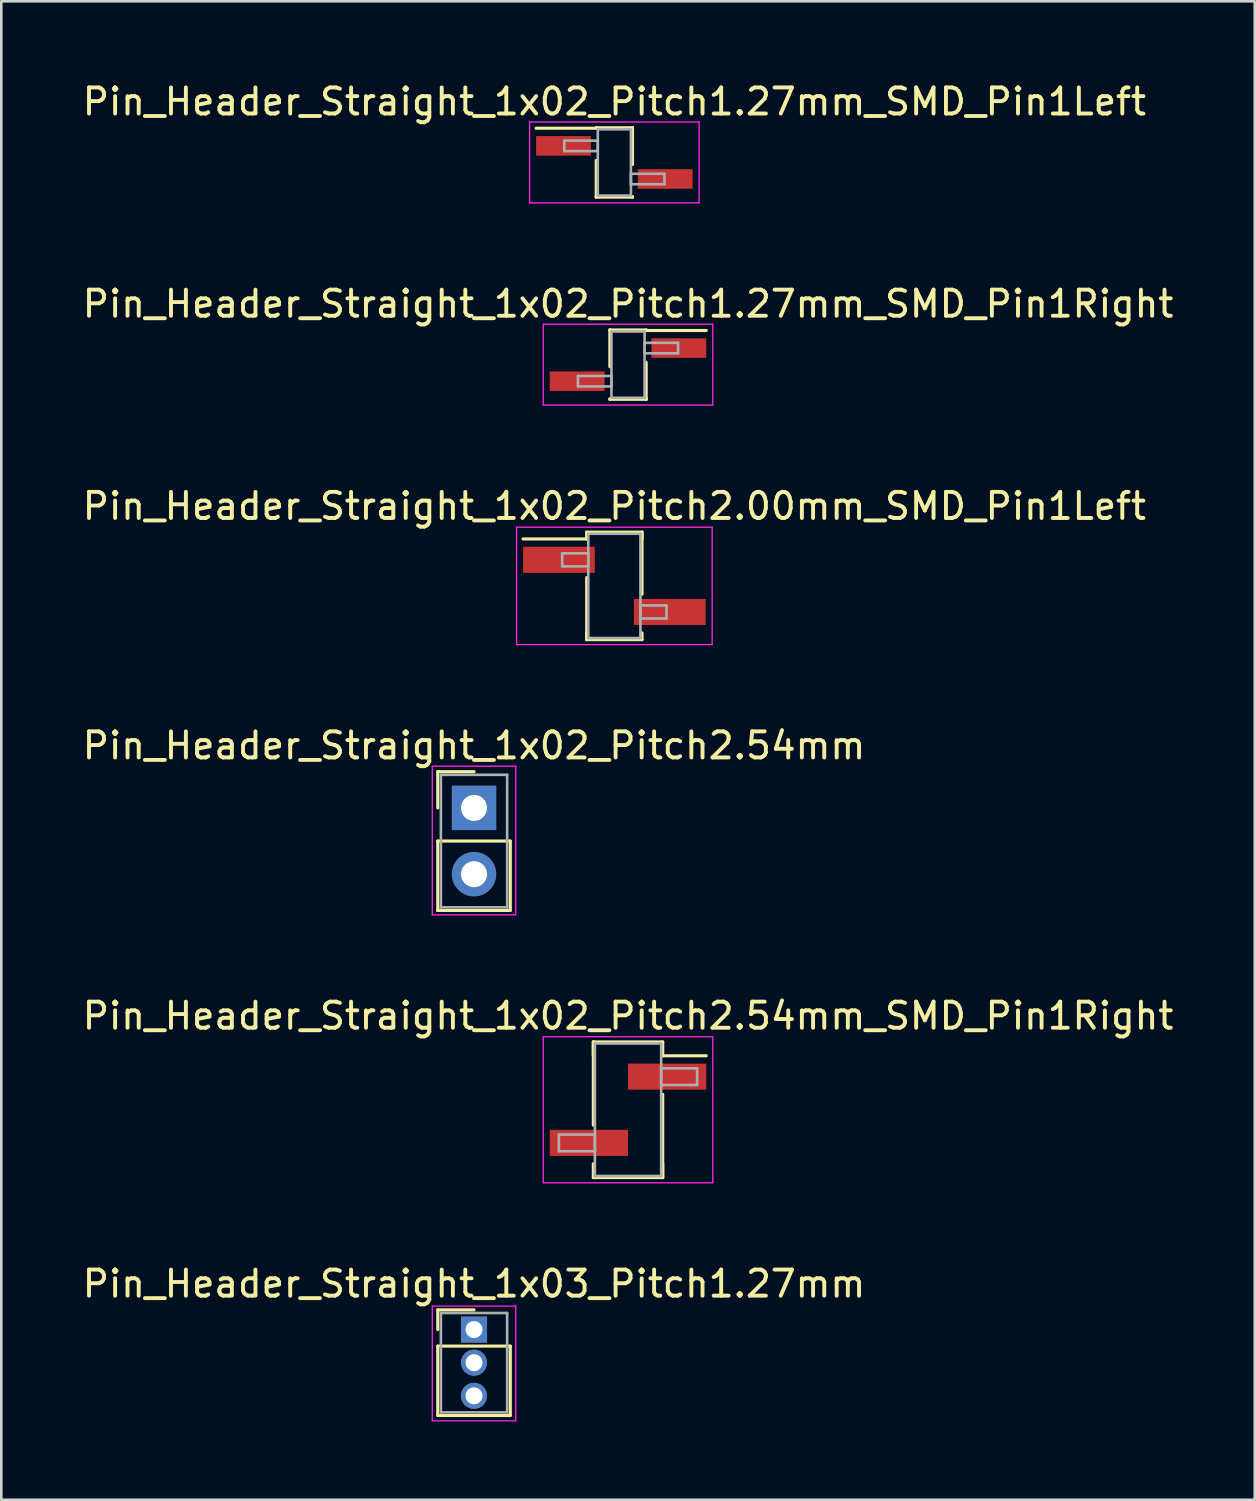
<source format=kicad_pcb>
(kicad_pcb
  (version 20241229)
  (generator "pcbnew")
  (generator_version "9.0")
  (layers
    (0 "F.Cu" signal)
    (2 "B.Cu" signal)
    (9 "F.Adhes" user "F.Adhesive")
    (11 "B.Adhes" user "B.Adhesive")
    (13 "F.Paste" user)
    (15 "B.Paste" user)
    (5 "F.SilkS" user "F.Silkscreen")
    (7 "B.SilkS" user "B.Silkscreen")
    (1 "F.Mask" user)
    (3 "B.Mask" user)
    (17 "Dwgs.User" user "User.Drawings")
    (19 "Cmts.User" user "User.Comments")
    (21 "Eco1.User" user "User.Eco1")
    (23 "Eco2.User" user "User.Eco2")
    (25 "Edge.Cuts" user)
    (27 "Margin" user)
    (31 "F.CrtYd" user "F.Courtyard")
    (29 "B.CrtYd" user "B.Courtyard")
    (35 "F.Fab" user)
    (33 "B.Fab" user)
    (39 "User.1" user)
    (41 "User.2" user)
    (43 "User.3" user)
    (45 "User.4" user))
  (footprint "Pin_Header_Straight_1x02_Pitch1.27mm_SMD_Pin1Left"
    (layer "F.Cu")
    (at 20.506 3.178)
    (property "Reference" "Pin_Header_Straight_1x02_Pitch1.27mm_SMD_Pin1Left" (at 0 -2.33 0) (layer "F.SilkS") (effects (font (size 1 1) (thickness 0.15))))
    (attr smd)
    (fp_line (start -0.695 -1.33) (end 0.695 -1.33) (stroke (width 0.12) (type solid)) (layer "F.SilkS"))
    (fp_line (start -0.695 -1.31) (end -3 -1.31) (stroke (width 0.12) (type solid)) (layer "F.SilkS"))
    (fp_line (start -0.695 -1.31) (end -0.695 -1.33) (stroke (width 0.12) (type solid)) (layer "F.SilkS"))
    (fp_line (start -0.695 -0.08) (end -0.695 1.33) (stroke (width 0.12) (type solid)) (layer "F.SilkS"))
    (fp_line (start -0.695 1.31) (end -0.695 1.33) (stroke (width 0.12) (type solid)) (layer "F.SilkS"))
    (fp_line (start -0.695 1.33) (end 0.695 1.33) (stroke (width 0.12) (type solid)) (layer "F.SilkS"))
    (fp_line (start 0.695 -1.33) (end 0.695 -1.31) (stroke (width 0.12) (type solid)) (layer "F.SilkS"))
    (fp_line (start 0.695 -1.33) (end 0.695 0.08) (stroke (width 0.12) (type solid)) (layer "F.SilkS"))
    (fp_line (start 0.695 1.33) (end 0.695 1.31) (stroke (width 0.12) (type solid)) (layer "F.SilkS"))
    (fp_line (start -3.25 -1.55) (end -3.25 1.55) (stroke (width 0.05) (type solid)) (layer "F.CrtYd"))
    (fp_line (start -3.25 1.55) (end 3.25 1.55) (stroke (width 0.05) (type solid)) (layer "F.CrtYd"))
    (fp_line (start 3.25 -1.55) (end -3.25 -1.55) (stroke (width 0.05) (type solid)) (layer "F.CrtYd"))
    (fp_line (start 3.25 1.55) (end 3.25 -1.55) (stroke (width 0.05) (type solid)) (layer "F.CrtYd"))
    (fp_line (start -1.92 -0.835) (end -0.635 -0.835) (stroke (width 0.1) (type solid)) (layer "F.Fab"))
    (fp_line (start -1.92 -0.435) (end -1.92 -0.835) (stroke (width 0.1) (type solid)) (layer "F.Fab"))
    (fp_line (start -0.635 -1.27) (end -0.635 1.27) (stroke (width 0.1) (type solid)) (layer "F.Fab"))
    (fp_line (start -0.635 -0.835) (end -0.635 -0.435) (stroke (width 0.1) (type solid)) (layer "F.Fab"))
    (fp_line (start -0.635 -0.435) (end -1.92 -0.435) (stroke (width 0.1) (type solid)) (layer "F.Fab"))
    (fp_line (start -0.635 1.27) (end 0.635 1.27) (stroke (width 0.1) (type solid)) (layer "F.Fab"))
    (fp_line (start 0.635 -1.27) (end -0.635 -1.27) (stroke (width 0.1) (type solid)) (layer "F.Fab"))
    (fp_line (start 0.635 0.435) (end 0.635 0.835) (stroke (width 0.1) (type solid)) (layer "F.Fab"))
    (fp_line (start 0.635 0.835) (end 1.92 0.835) (stroke (width 0.1) (type solid)) (layer "F.Fab"))
    (fp_line (start 0.635 1.27) (end 0.635 -1.27) (stroke (width 0.1) (type solid)) (layer "F.Fab"))
    (fp_line (start 1.92 0.435) (end 0.635 0.435) (stroke (width 0.1) (type solid)) (layer "F.Fab"))
    (fp_line (start 1.92 0.835) (end 1.92 0.435) (stroke (width 0.1) (type solid)) (layer "F.Fab"))
    (pad "1" smd rect (at -1.95 -0.635) (size 2.1 0.75) (layers "F.Cu" "F.Mask"))
    (pad "2" smd rect (at 1.95 0.635) (size 2.1 0.75) (layers "F.Cu" "F.Mask")))
  (footprint "Pin_Header_Straight_1x02_Pitch1.27mm_SMD_Pin1Right"
    (layer "F.Cu")
    (at 21.03 10.931)
    (property "Reference" "Pin_Header_Straight_1x02_Pitch1.27mm_SMD_Pin1Right" (at 0 -2.33 0) (layer "F.SilkS") (effects (font (size 1 1) (thickness 0.15))))
    (attr smd)
    (fp_line (start -0.695 -1.33) (end -0.695 0.08) (stroke (width 0.12) (type solid)) (layer "F.SilkS"))
    (fp_line (start -0.695 -1.33) (end 0.695 -1.33) (stroke (width 0.12) (type solid)) (layer "F.SilkS"))
    (fp_line (start -0.695 -1.31) (end -0.695 -1.33) (stroke (width 0.12) (type solid)) (layer "F.SilkS"))
    (fp_line (start -0.695 1.31) (end -0.695 1.33) (stroke (width 0.12) (type solid)) (layer "F.SilkS"))
    (fp_line (start -0.695 1.33) (end 0.695 1.33) (stroke (width 0.12) (type solid)) (layer "F.SilkS"))
    (fp_line (start 0.695 -1.33) (end 0.695 -1.31) (stroke (width 0.12) (type solid)) (layer "F.SilkS"))
    (fp_line (start 0.695 -1.31) (end 3 -1.31) (stroke (width 0.12) (type solid)) (layer "F.SilkS"))
    (fp_line (start 0.695 -0.08) (end 0.695 1.33) (stroke (width 0.12) (type solid)) (layer "F.SilkS"))
    (fp_line (start 0.695 1.33) (end 0.695 1.31) (stroke (width 0.12) (type solid)) (layer "F.SilkS"))
    (fp_line (start -3.25 -1.55) (end -3.25 1.55) (stroke (width 0.05) (type solid)) (layer "F.CrtYd"))
    (fp_line (start -3.25 1.55) (end 3.25 1.55) (stroke (width 0.05) (type solid)) (layer "F.CrtYd"))
    (fp_line (start 3.25 -1.55) (end -3.25 -1.55) (stroke (width 0.05) (type solid)) (layer "F.CrtYd"))
    (fp_line (start 3.25 1.55) (end 3.25 -1.55) (stroke (width 0.05) (type solid)) (layer "F.CrtYd"))
    (fp_line (start -1.92 0.435) (end -0.635 0.435) (stroke (width 0.1) (type solid)) (layer "F.Fab"))
    (fp_line (start -1.92 0.835) (end -1.92 0.435) (stroke (width 0.1) (type solid)) (layer "F.Fab"))
    (fp_line (start -0.635 -1.27) (end -0.635 1.27) (stroke (width 0.1) (type solid)) (layer "F.Fab"))
    (fp_line (start -0.635 0.435) (end -0.635 0.835) (stroke (width 0.1) (type solid)) (layer "F.Fab"))
    (fp_line (start -0.635 0.835) (end -1.92 0.835) (stroke (width 0.1) (type solid)) (layer "F.Fab"))
    (fp_line (start -0.635 1.27) (end 0.635 1.27) (stroke (width 0.1) (type solid)) (layer "F.Fab"))
    (fp_line (start 0.635 -1.27) (end -0.635 -1.27) (stroke (width 0.1) (type solid)) (layer "F.Fab"))
    (fp_line (start 0.635 -0.835) (end 0.635 -0.435) (stroke (width 0.1) (type solid)) (layer "F.Fab"))
    (fp_line (start 0.635 -0.435) (end 1.92 -0.435) (stroke (width 0.1) (type solid)) (layer "F.Fab"))
    (fp_line (start 0.635 1.27) (end 0.635 -1.27) (stroke (width 0.1) (type solid)) (layer "F.Fab"))
    (fp_line (start 1.92 -0.835) (end 0.635 -0.835) (stroke (width 0.1) (type solid)) (layer "F.Fab"))
    (fp_line (start 1.92 -0.435) (end 1.92 -0.835) (stroke (width 0.1) (type solid)) (layer "F.Fab"))
    (pad "1" smd rect (at 1.95 -0.635) (size 2.1 0.75) (layers "F.Cu" "F.Mask"))
    (pad "2" smd rect (at -1.95 0.635) (size 2.1 0.75) (layers "F.Cu" "F.Mask")))
  (footprint "Pin_Header_Straight_1x02_Pitch2.00mm_SMD_Pin1Left"
    (layer "F.Cu")
    (at 20.506 19.415)
    (property "Reference" "Pin_Header_Straight_1x02_Pitch2.00mm_SMD_Pin1Left" (at 0 -3.06 0) (layer "F.SilkS") (effects (font (size 1 1) (thickness 0.15))))
    (attr smd)
    (fp_line (start -1.06 -2.06) (end 1.06 -2.06) (stroke (width 0.12) (type solid)) (layer "F.SilkS"))
    (fp_line (start -1.06 -1.8) (end -3.5 -1.8) (stroke (width 0.12) (type solid)) (layer "F.SilkS"))
    (fp_line (start -1.06 -1.8) (end -1.06 -2.06) (stroke (width 0.12) (type solid)) (layer "F.SilkS"))
    (fp_line (start -1.06 -0.32) (end -1.06 2.06) (stroke (width 0.12) (type solid)) (layer "F.SilkS"))
    (fp_line (start -1.06 1.8) (end -1.06 2.06) (stroke (width 0.12) (type solid)) (layer "F.SilkS"))
    (fp_line (start -1.06 2.06) (end 1.06 2.06) (stroke (width 0.12) (type solid)) (layer "F.SilkS"))
    (fp_line (start 1.06 -2.06) (end 1.06 -1.8) (stroke (width 0.12) (type solid)) (layer "F.SilkS"))
    (fp_line (start 1.06 -2.06) (end 1.06 0.32) (stroke (width 0.12) (type solid)) (layer "F.SilkS"))
    (fp_line (start 1.06 2.06) (end 1.06 1.8) (stroke (width 0.12) (type solid)) (layer "F.SilkS"))
    (fp_line (start -3.75 -2.25) (end -3.75 2.25) (stroke (width 0.05) (type solid)) (layer "F.CrtYd"))
    (fp_line (start -3.75 2.25) (end 3.75 2.25) (stroke (width 0.05) (type solid)) (layer "F.CrtYd"))
    (fp_line (start 3.75 -2.25) (end -3.75 -2.25) (stroke (width 0.05) (type solid)) (layer "F.CrtYd"))
    (fp_line (start 3.75 2.25) (end 3.75 -2.25) (stroke (width 0.05) (type solid)) (layer "F.CrtYd"))
    (fp_line (start -2 -1.25) (end -1 -1.25) (stroke (width 0.1) (type solid)) (layer "F.Fab"))
    (fp_line (start -2 -0.75) (end -2 -1.25) (stroke (width 0.1) (type solid)) (layer "F.Fab"))
    (fp_line (start -1 -2) (end -1 2) (stroke (width 0.1) (type solid)) (layer "F.Fab"))
    (fp_line (start -1 -1.25) (end -1 -0.75) (stroke (width 0.1) (type solid)) (layer "F.Fab"))
    (fp_line (start -1 -0.75) (end -2 -0.75) (stroke (width 0.1) (type solid)) (layer "F.Fab"))
    (fp_line (start -1 2) (end 1 2) (stroke (width 0.1) (type solid)) (layer "F.Fab"))
    (fp_line (start 1 -2) (end -1 -2) (stroke (width 0.1) (type solid)) (layer "F.Fab"))
    (fp_line (start 1 0.75) (end 1 1.25) (stroke (width 0.1) (type solid)) (layer "F.Fab"))
    (fp_line (start 1 1.25) (end 2 1.25) (stroke (width 0.1) (type solid)) (layer "F.Fab"))
    (fp_line (start 1 2) (end 1 -2) (stroke (width 0.1) (type solid)) (layer "F.Fab"))
    (fp_line (start 2 0.75) (end 1 0.75) (stroke (width 0.1) (type solid)) (layer "F.Fab"))
    (fp_line (start 2 1.25) (end 2 0.75) (stroke (width 0.1) (type solid)) (layer "F.Fab"))
    (pad "1" smd rect (at -2.125 -1) (size 2.75 1) (layers "F.Cu" "F.Mask"))
    (pad "2" smd rect (at 2.125 1) (size 2.75 1) (layers "F.Cu" "F.Mask")))
  (footprint "Pin_Header_Straight_1x02_Pitch2.54mm"
    (layer "F.Cu")
    (at 15.125 27.928)
    (property "Reference" "Pin_Header_Straight_1x02_Pitch2.54mm" (at 0 -2.39 0) (layer "F.SilkS") (effects (font (size 1 1) (thickness 0.15))))
    (attr through_hole)
    (fp_line (start -1.39 -1.39) (end 0 -1.39) (stroke (width 0.12) (type solid)) (layer "F.SilkS"))
    (fp_line (start -1.39 0) (end -1.39 -1.39) (stroke (width 0.12) (type solid)) (layer "F.SilkS"))
    (fp_line (start -1.39 1.27) (end -1.39 3.93) (stroke (width 0.12) (type solid)) (layer "F.SilkS"))
    (fp_line (start -1.39 3.93) (end 1.39 3.93) (stroke (width 0.12) (type solid)) (layer "F.SilkS"))
    (fp_line (start 1.39 1.27) (end -1.39 1.27) (stroke (width 0.12) (type solid)) (layer "F.SilkS"))
    (fp_line (start 1.39 3.93) (end 1.39 1.27) (stroke (width 0.12) (type solid)) (layer "F.SilkS"))
    (fp_line (start -1.6 -1.6) (end -1.6 4.1) (stroke (width 0.05) (type solid)) (layer "F.CrtYd"))
    (fp_line (start -1.6 4.1) (end 1.6 4.1) (stroke (width 0.05) (type solid)) (layer "F.CrtYd"))
    (fp_line (start 1.6 -1.6) (end -1.6 -1.6) (stroke (width 0.05) (type solid)) (layer "F.CrtYd"))
    (fp_line (start 1.6 4.1) (end 1.6 -1.6) (stroke (width 0.05) (type solid)) (layer "F.CrtYd"))
    (fp_line (start -1.27 -1.27) (end -1.27 3.81) (stroke (width 0.1) (type solid)) (layer "F.Fab"))
    (fp_line (start -1.27 3.81) (end 1.27 3.81) (stroke (width 0.1) (type solid)) (layer "F.Fab"))
    (fp_line (start 1.27 -1.27) (end -1.27 -1.27) (stroke (width 0.1) (type solid)) (layer "F.Fab"))
    (fp_line (start 1.27 3.81) (end 1.27 -1.27) (stroke (width 0.1) (type solid)) (layer "F.Fab"))
    (pad "1" thru_hole rect (at 0 0) (size 1.7 1.7) (drill 1) (layers "*.Cu" "*.Mask"))
    (pad "2" thru_hole oval (at 0 2.54) (size 1.7 1.7) (drill 1) (layers "*.Cu" "*.Mask")))
  (footprint "Pin_Header_Straight_1x02_Pitch2.54mm_SMD_Pin1Right"
    (layer "F.Cu")
    (at 21.03 39.501)
    (property "Reference" "Pin_Header_Straight_1x02_Pitch2.54mm_SMD_Pin1Right" (at 0 -3.6 0) (layer "F.SilkS") (effects (font (size 1 1) (thickness 0.15))))
    (attr smd)
    (fp_line (start -1.33 -2.6) (end -1.33 0.59) (stroke (width 0.12) (type solid)) (layer "F.SilkS"))
    (fp_line (start -1.33 -2.6) (end 1.33 -2.6) (stroke (width 0.12) (type solid)) (layer "F.SilkS"))
    (fp_line (start -1.33 -2.07) (end -1.33 -2.6) (stroke (width 0.12) (type solid)) (layer "F.SilkS"))
    (fp_line (start -1.33 2.07) (end -1.33 2.6) (stroke (width 0.12) (type solid)) (layer "F.SilkS"))
    (fp_line (start -1.33 2.6) (end 1.33 2.6) (stroke (width 0.12) (type solid)) (layer "F.SilkS"))
    (fp_line (start 1.33 -2.6) (end 1.33 -2.07) (stroke (width 0.12) (type solid)) (layer "F.SilkS"))
    (fp_line (start 1.33 -2.07) (end 3 -2.07) (stroke (width 0.12) (type solid)) (layer "F.SilkS"))
    (fp_line (start 1.33 -0.59) (end 1.33 2.6) (stroke (width 0.12) (type solid)) (layer "F.SilkS"))
    (fp_line (start 1.33 2.6) (end 1.33 2.07) (stroke (width 0.12) (type solid)) (layer "F.SilkS"))
    (fp_line (start -3.25 -2.8) (end -3.25 2.8) (stroke (width 0.05) (type solid)) (layer "F.CrtYd"))
    (fp_line (start -3.25 2.8) (end 3.25 2.8) (stroke (width 0.05) (type solid)) (layer "F.CrtYd"))
    (fp_line (start 3.25 -2.8) (end -3.25 -2.8) (stroke (width 0.05) (type solid)) (layer "F.CrtYd"))
    (fp_line (start 3.25 2.8) (end 3.25 -2.8) (stroke (width 0.05) (type solid)) (layer "F.CrtYd"))
    (fp_line (start -2.65 0.95) (end -1.27 0.95) (stroke (width 0.1) (type solid)) (layer "F.Fab"))
    (fp_line (start -2.65 1.59) (end -2.65 0.95) (stroke (width 0.1) (type solid)) (layer "F.Fab"))
    (fp_line (start -1.27 -2.54) (end -1.27 2.54) (stroke (width 0.1) (type solid)) (layer "F.Fab"))
    (fp_line (start -1.27 0.95) (end -1.27 1.59) (stroke (width 0.1) (type solid)) (layer "F.Fab"))
    (fp_line (start -1.27 1.59) (end -2.65 1.59) (stroke (width 0.1) (type solid)) (layer "F.Fab"))
    (fp_line (start -1.27 2.54) (end 1.27 2.54) (stroke (width 0.1) (type solid)) (layer "F.Fab"))
    (fp_line (start 1.27 -2.54) (end -1.27 -2.54) (stroke (width 0.1) (type solid)) (layer "F.Fab"))
    (fp_line (start 1.27 -1.59) (end 1.27 -0.95) (stroke (width 0.1) (type solid)) (layer "F.Fab"))
    (fp_line (start 1.27 -0.95) (end 2.65 -0.95) (stroke (width 0.1) (type solid)) (layer "F.Fab"))
    (fp_line (start 1.27 2.54) (end 1.27 -2.54) (stroke (width 0.1) (type solid)) (layer "F.Fab"))
    (fp_line (start 2.65 -1.59) (end 1.27 -1.59) (stroke (width 0.1) (type solid)) (layer "F.Fab"))
    (fp_line (start 2.65 -0.95) (end 2.65 -1.59) (stroke (width 0.1) (type solid)) (layer "F.Fab"))
    (pad "1" smd rect (at 1.5 -1.27) (size 3 1) (layers "F.Cu" "F.Mask"))
    (pad "2" smd rect (at -1.5 1.27) (size 3 1) (layers "F.Cu" "F.Mask")))
  (footprint "Pin_Header_Straight_1x03_Pitch1.27mm"
    (layer "F.Cu")
    (at 15.125 47.929)
    (property "Reference" "Pin_Header_Straight_1x03_Pitch1.27mm" (at 0 -1.755 0) (layer "F.SilkS") (effects (font (size 1 1) (thickness 0.15))))
    (attr through_hole)
    (fp_line (start -1.39 -0.755) (end 0 -0.755) (stroke (width 0.12) (type solid)) (layer "F.SilkS"))
    (fp_line (start -1.39 0) (end -1.39 -0.755) (stroke (width 0.12) (type solid)) (layer "F.SilkS"))
    (fp_line (start -1.39 0.635) (end -1.39 3.295) (stroke (width 0.12) (type solid)) (layer "F.SilkS"))
    (fp_line (start -1.39 3.295) (end 1.39 3.295) (stroke (width 0.12) (type solid)) (layer "F.SilkS"))
    (fp_line (start 1.39 0.635) (end -1.39 0.635) (stroke (width 0.12) (type solid)) (layer "F.SilkS"))
    (fp_line (start 1.39 3.295) (end 1.39 0.635) (stroke (width 0.12) (type solid)) (layer "F.SilkS"))
    (fp_line (start -1.6 -0.9) (end -1.6 3.5) (stroke (width 0.05) (type solid)) (layer "F.CrtYd"))
    (fp_line (start -1.6 3.5) (end 1.6 3.5) (stroke (width 0.05) (type solid)) (layer "F.CrtYd"))
    (fp_line (start 1.6 -0.9) (end -1.6 -0.9) (stroke (width 0.05) (type solid)) (layer "F.CrtYd"))
    (fp_line (start 1.6 3.5) (end 1.6 -0.9) (stroke (width 0.05) (type solid)) (layer "F.CrtYd"))
    (fp_line (start -1.27 -0.635) (end -1.27 3.175) (stroke (width 0.1) (type solid)) (layer "F.Fab"))
    (fp_line (start -1.27 3.175) (end 1.27 3.175) (stroke (width 0.1) (type solid)) (layer "F.Fab"))
    (fp_line (start 1.27 -0.635) (end -1.27 -0.635) (stroke (width 0.1) (type solid)) (layer "F.Fab"))
    (fp_line (start 1.27 3.175) (end 1.27 -0.635) (stroke (width 0.1) (type solid)) (layer "F.Fab"))
    (pad "1" thru_hole rect (at 0 0) (size 1 1) (drill 0.65) (layers "*.Cu" "*.Mask"))
    (pad "2" thru_hole oval (at 0 1.27) (size 1 1) (drill 0.65) (layers "*.Cu" "*.Mask"))
    (pad "3" thru_hole oval (at 0 2.54) (size 1 1) (drill 0.65) (layers "*.Cu" "*.Mask")))
  (gr_rect
    (start -3 -3)
    (end 45.06 54.455)
    (stroke (width 0.1) (type default))
    (fill no)
    (layer "Edge.Cuts")))
</source>
